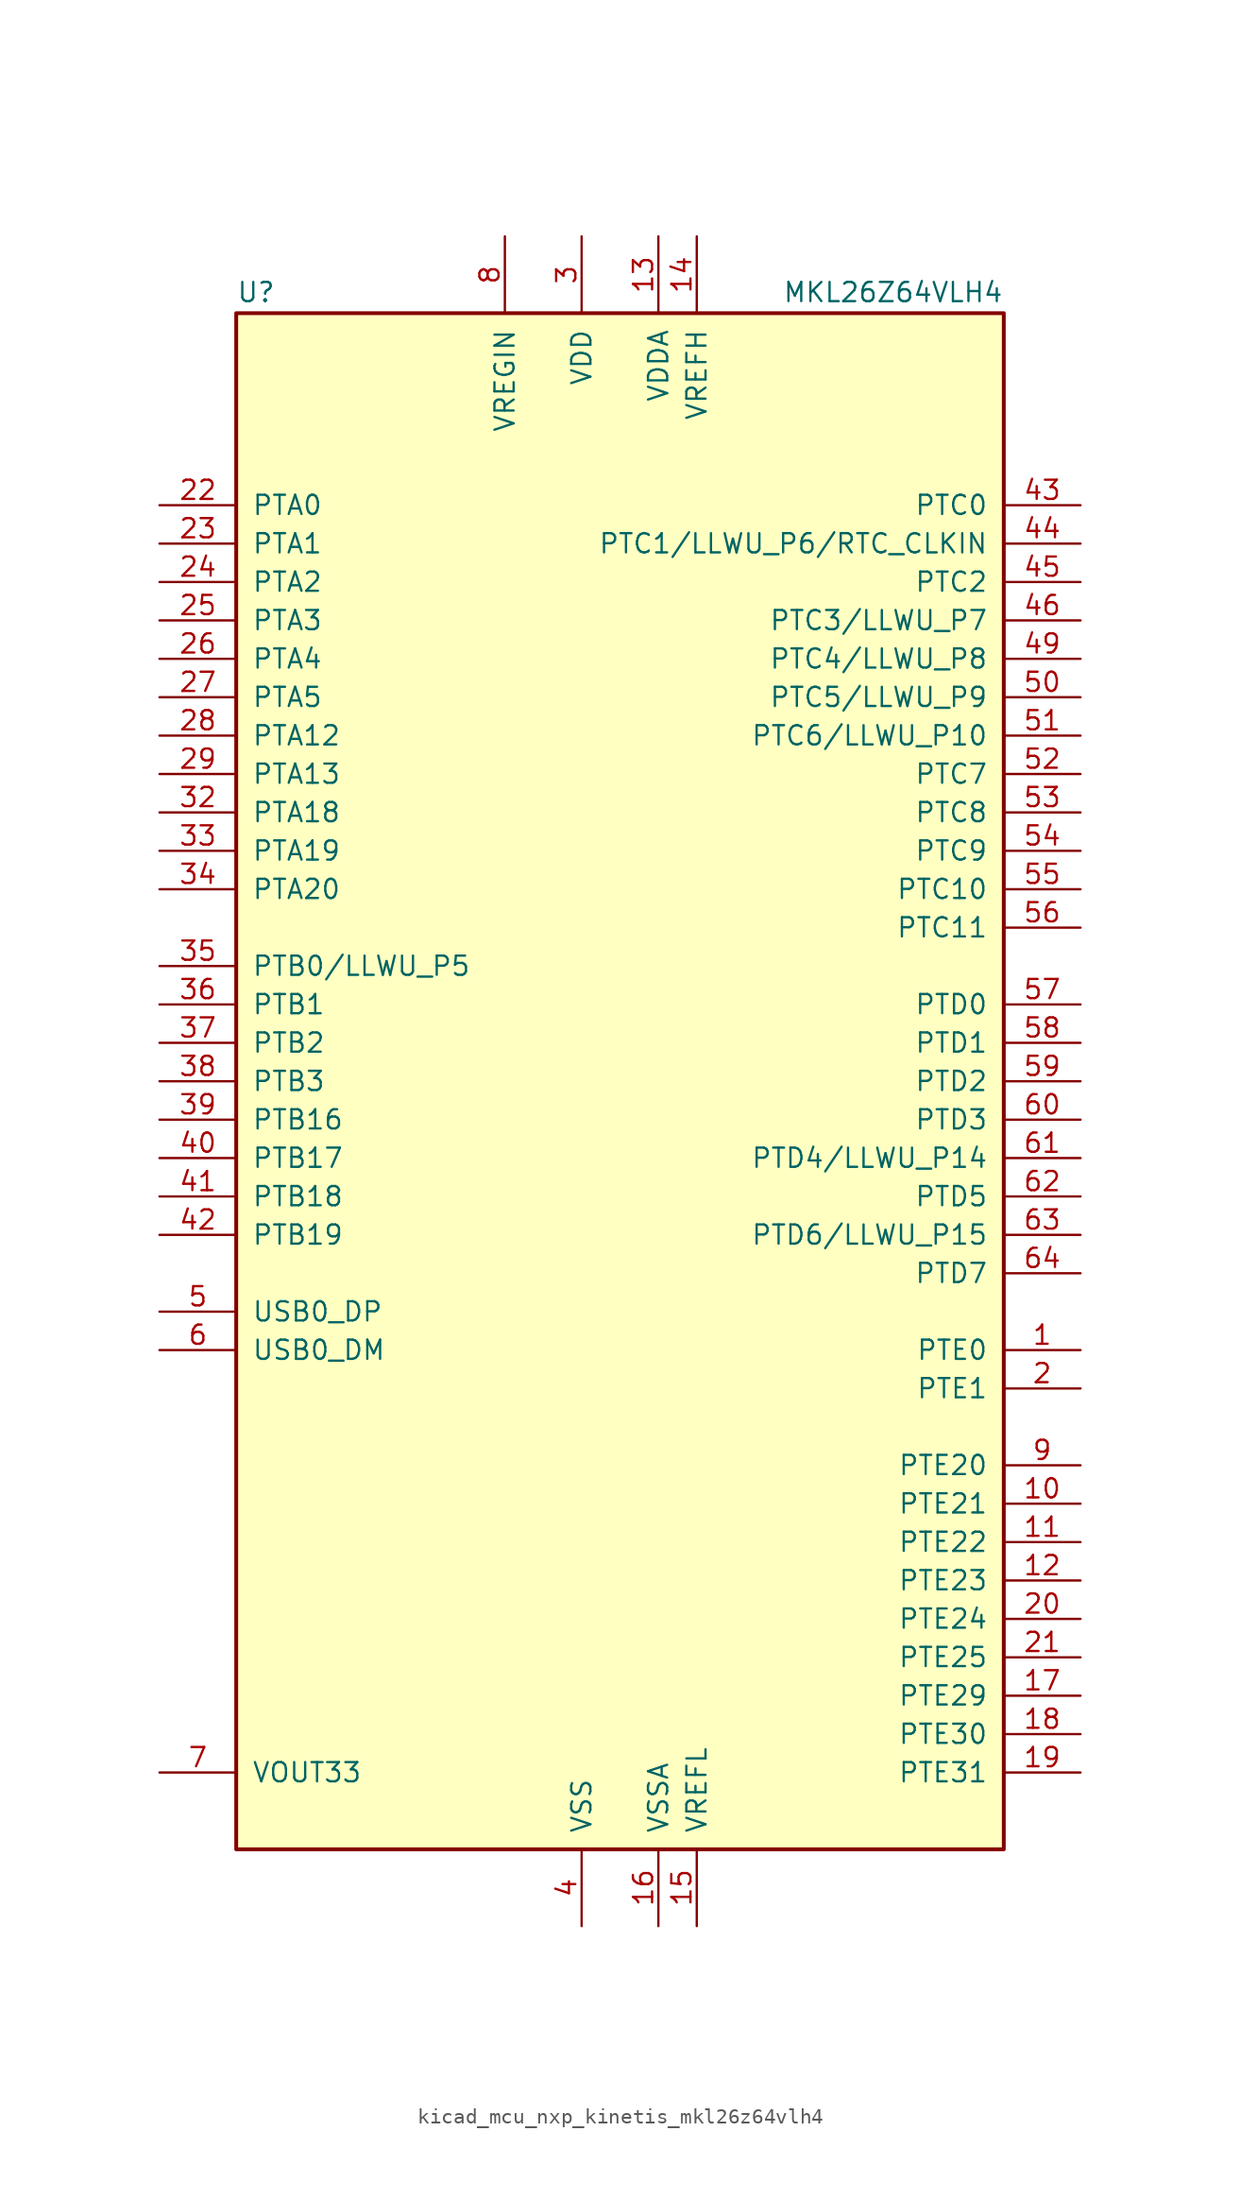
<source format=kicad_sym>
(kicad_symbol_lib
  (version 20220914)
  (generator kicad_symbol_editor)
  (symbol "kicad_mcu_nxp_kinetis_mkl26z64vlh4"
    (pin_names
      (offset 1.016))
    (property "Reference" "U"
      (at -25.4 51.435 0)
      (effects (font (size 1.27 1.27)) (justify left bottom)))
    (property "Value" "MKL26Z64VLH4"
      (at 25.4 51.435 0)
      (effects (font (size 1.27 1.27)) (justify right bottom)))
    (symbol "kicad_mcu_nxp_kinetis_mkl26z64vlh4_0_1"
      (rectangle (start -25.4 50.8) (end 25.4 -50.8) (stroke (width 0.254) (type default)) (fill (type background))))
    (symbol "kicad_mcu_nxp_kinetis_mkl26z64vlh4_1_1"
      (pin bidirectional line (at 30.48 -17.78 180) (length 5.08) (name "PTE0" (effects (font (size 1.27 1.27)))) (number "1" (effects (font (size 1.27 1.27)))))
      (pin bidirectional line (at 30.48 -27.94 180) (length 5.08) (name "PTE21" (effects (font (size 1.27 1.27)))) (number "10" (effects (font (size 1.27 1.27)))))
      (pin bidirectional line (at 30.48 -30.48 180) (length 5.08) (name "PTE22" (effects (font (size 1.27 1.27)))) (number "11" (effects (font (size 1.27 1.27)))))
      (pin bidirectional line (at 30.48 -33.02 180) (length 5.08) (name "PTE23" (effects (font (size 1.27 1.27)))) (number "12" (effects (font (size 1.27 1.27)))))
      (pin power_in line (at 2.54 55.88 270) (length 5.08) (name "VDDA" (effects (font (size 1.27 1.27)))) (number "13" (effects (font (size 1.27 1.27)))))
      (pin power_in line (at 5.08 55.88 270) (length 5.08) (name "VREFH" (effects (font (size 1.27 1.27)))) (number "14" (effects (font (size 1.27 1.27)))))
      (pin power_in line (at 5.08 -55.88 90) (length 5.08) (name "VREFL" (effects (font (size 1.27 1.27)))) (number "15" (effects (font (size 1.27 1.27)))))
      (pin power_in line (at 2.54 -55.88 90) (length 5.08) (name "VSSA" (effects (font (size 1.27 1.27)))) (number "16" (effects (font (size 1.27 1.27)))))
      (pin bidirectional line (at 30.48 -40.64 180) (length 5.08) (name "PTE29" (effects (font (size 1.27 1.27)))) (number "17" (effects (font (size 1.27 1.27)))))
      (pin bidirectional line (at 30.48 -43.18 180) (length 5.08) (name "PTE30" (effects (font (size 1.27 1.27)))) (number "18" (effects (font (size 1.27 1.27)))))
      (pin bidirectional line (at 30.48 -45.72 180) (length 5.08) (name "PTE31" (effects (font (size 1.27 1.27)))) (number "19" (effects (font (size 1.27 1.27)))))
      (pin bidirectional line (at 30.48 -20.32 180) (length 5.08) (name "PTE1" (effects (font (size 1.27 1.27)))) (number "2" (effects (font (size 1.27 1.27)))))
      (pin bidirectional line (at 30.48 -35.56 180) (length 5.08) (name "PTE24" (effects (font (size 1.27 1.27)))) (number "20" (effects (font (size 1.27 1.27)))))
      (pin bidirectional line (at 30.48 -38.1 180) (length 5.08) (name "PTE25" (effects (font (size 1.27 1.27)))) (number "21" (effects (font (size 1.27 1.27)))))
      (pin bidirectional line (at -30.48 38.1 0) (length 5.08) (name "PTA0" (effects (font (size 1.27 1.27)))) (number "22" (effects (font (size 1.27 1.27)))))
      (pin bidirectional line (at -30.48 35.56 0) (length 5.08) (name "PTA1" (effects (font (size 1.27 1.27)))) (number "23" (effects (font (size 1.27 1.27)))))
      (pin bidirectional line (at -30.48 33.02 0) (length 5.08) (name "PTA2" (effects (font (size 1.27 1.27)))) (number "24" (effects (font (size 1.27 1.27)))))
      (pin bidirectional line (at -30.48 30.48 0) (length 5.08) (name "PTA3" (effects (font (size 1.27 1.27)))) (number "25" (effects (font (size 1.27 1.27)))))
      (pin bidirectional line (at -30.48 27.94 0) (length 5.08) (name "PTA4" (effects (font (size 1.27 1.27)))) (number "26" (effects (font (size 1.27 1.27)))))
      (pin bidirectional line (at -30.48 25.4 0) (length 5.08) (name "PTA5" (effects (font (size 1.27 1.27)))) (number "27" (effects (font (size 1.27 1.27)))))
      (pin bidirectional line (at -30.48 22.86 0) (length 5.08) (name "PTA12" (effects (font (size 1.27 1.27)))) (number "28" (effects (font (size 1.27 1.27)))))
      (pin bidirectional line (at -30.48 20.32 0) (length 5.08) (name "PTA13" (effects (font (size 1.27 1.27)))) (number "29" (effects (font (size 1.27 1.27)))))
      (pin power_in line (at -2.54 55.88 270) (length 5.08) (name "VDD" (effects (font (size 1.27 1.27)))) (number "3" (effects (font (size 1.27 1.27)))))
      (pin passive line (at -2.54 55.88 270) (length 5.08) hide (name "VDD" (effects (font (size 1.27 1.27)))) (number "30" (effects (font (size 1.27 1.27)))))
      (pin passive line (at -2.54 -55.88 90) (length 5.08) hide (name "VSS" (effects (font (size 1.27 1.27)))) (number "31" (effects (font (size 1.27 1.27)))))
      (pin bidirectional line (at -30.48 17.78 0) (length 5.08) (name "PTA18" (effects (font (size 1.27 1.27)))) (number "32" (effects (font (size 1.27 1.27)))))
      (pin bidirectional line (at -30.48 15.24 0) (length 5.08) (name "PTA19" (effects (font (size 1.27 1.27)))) (number "33" (effects (font (size 1.27 1.27)))))
      (pin bidirectional line (at -30.48 12.7 0) (length 5.08) (name "PTA20" (effects (font (size 1.27 1.27)))) (number "34" (effects (font (size 1.27 1.27)))))
      (pin bidirectional line (at -30.48 7.62 0) (length 5.08) (name "PTB0/LLWU_P5" (effects (font (size 1.27 1.27)))) (number "35" (effects (font (size 1.27 1.27)))))
      (pin bidirectional line (at -30.48 5.08 0) (length 5.08) (name "PTB1" (effects (font (size 1.27 1.27)))) (number "36" (effects (font (size 1.27 1.27)))))
      (pin bidirectional line (at -30.48 2.54 0) (length 5.08) (name "PTB2" (effects (font (size 1.27 1.27)))) (number "37" (effects (font (size 1.27 1.27)))))
      (pin bidirectional line (at -30.48 0 0) (length 5.08) (name "PTB3" (effects (font (size 1.27 1.27)))) (number "38" (effects (font (size 1.27 1.27)))))
      (pin bidirectional line (at -30.48 -2.54 0) (length 5.08) (name "PTB16" (effects (font (size 1.27 1.27)))) (number "39" (effects (font (size 1.27 1.27)))))
      (pin power_in line (at -2.54 -55.88 90) (length 5.08) (name "VSS" (effects (font (size 1.27 1.27)))) (number "4" (effects (font (size 1.27 1.27)))))
      (pin bidirectional line (at -30.48 -5.08 0) (length 5.08) (name "PTB17" (effects (font (size 1.27 1.27)))) (number "40" (effects (font (size 1.27 1.27)))))
      (pin bidirectional line (at -30.48 -7.62 0) (length 5.08) (name "PTB18" (effects (font (size 1.27 1.27)))) (number "41" (effects (font (size 1.27 1.27)))))
      (pin bidirectional line (at -30.48 -10.16 0) (length 5.08) (name "PTB19" (effects (font (size 1.27 1.27)))) (number "42" (effects (font (size 1.27 1.27)))))
      (pin bidirectional line (at 30.48 38.1 180) (length 5.08) (name "PTC0" (effects (font (size 1.27 1.27)))) (number "43" (effects (font (size 1.27 1.27)))))
      (pin bidirectional line (at 30.48 35.56 180) (length 5.08) (name "PTC1/LLWU_P6/RTC_CLKIN" (effects (font (size 1.27 1.27)))) (number "44" (effects (font (size 1.27 1.27)))))
      (pin bidirectional line (at 30.48 33.02 180) (length 5.08) (name "PTC2" (effects (font (size 1.27 1.27)))) (number "45" (effects (font (size 1.27 1.27)))))
      (pin bidirectional line (at 30.48 30.48 180) (length 5.08) (name "PTC3/LLWU_P7" (effects (font (size 1.27 1.27)))) (number "46" (effects (font (size 1.27 1.27)))))
      (pin passive line (at -2.54 -55.88 90) (length 5.08) hide (name "VSS" (effects (font (size 1.27 1.27)))) (number "47" (effects (font (size 1.27 1.27)))))
      (pin passive line (at -2.54 55.88 270) (length 5.08) hide (name "VDD" (effects (font (size 1.27 1.27)))) (number "48" (effects (font (size 1.27 1.27)))))
      (pin bidirectional line (at 30.48 27.94 180) (length 5.08) (name "PTC4/LLWU_P8" (effects (font (size 1.27 1.27)))) (number "49" (effects (font (size 1.27 1.27)))))
      (pin bidirectional line (at -30.48 -15.24 0) (length 5.08) (name "USB0_DP" (effects (font (size 1.27 1.27)))) (number "5" (effects (font (size 1.27 1.27)))))
      (pin bidirectional line (at 30.48 25.4 180) (length 5.08) (name "PTC5/LLWU_P9" (effects (font (size 1.27 1.27)))) (number "50" (effects (font (size 1.27 1.27)))))
      (pin bidirectional line (at 30.48 22.86 180) (length 5.08) (name "PTC6/LLWU_P10" (effects (font (size 1.27 1.27)))) (number "51" (effects (font (size 1.27 1.27)))))
      (pin bidirectional line (at 30.48 20.32 180) (length 5.08) (name "PTC7" (effects (font (size 1.27 1.27)))) (number "52" (effects (font (size 1.27 1.27)))))
      (pin bidirectional line (at 30.48 17.78 180) (length 5.08) (name "PTC8" (effects (font (size 1.27 1.27)))) (number "53" (effects (font (size 1.27 1.27)))))
      (pin bidirectional line (at 30.48 15.24 180) (length 5.08) (name "PTC9" (effects (font (size 1.27 1.27)))) (number "54" (effects (font (size 1.27 1.27)))))
      (pin bidirectional line (at 30.48 12.7 180) (length 5.08) (name "PTC10" (effects (font (size 1.27 1.27)))) (number "55" (effects (font (size 1.27 1.27)))))
      (pin bidirectional line (at 30.48 10.16 180) (length 5.08) (name "PTC11" (effects (font (size 1.27 1.27)))) (number "56" (effects (font (size 1.27 1.27)))))
      (pin bidirectional line (at 30.48 5.08 180) (length 5.08) (name "PTD0" (effects (font (size 1.27 1.27)))) (number "57" (effects (font (size 1.27 1.27)))))
      (pin bidirectional line (at 30.48 2.54 180) (length 5.08) (name "PTD1" (effects (font (size 1.27 1.27)))) (number "58" (effects (font (size 1.27 1.27)))))
      (pin bidirectional line (at 30.48 0 180) (length 5.08) (name "PTD2" (effects (font (size 1.27 1.27)))) (number "59" (effects (font (size 1.27 1.27)))))
      (pin bidirectional line (at -30.48 -17.78 0) (length 5.08) (name "USB0_DM" (effects (font (size 1.27 1.27)))) (number "6" (effects (font (size 1.27 1.27)))))
      (pin bidirectional line (at 30.48 -2.54 180) (length 5.08) (name "PTD3" (effects (font (size 1.27 1.27)))) (number "60" (effects (font (size 1.27 1.27)))))
      (pin bidirectional line (at 30.48 -5.08 180) (length 5.08) (name "PTD4/LLWU_P14" (effects (font (size 1.27 1.27)))) (number "61" (effects (font (size 1.27 1.27)))))
      (pin bidirectional line (at 30.48 -7.62 180) (length 5.08) (name "PTD5" (effects (font (size 1.27 1.27)))) (number "62" (effects (font (size 1.27 1.27)))))
      (pin bidirectional line (at 30.48 -10.16 180) (length 5.08) (name "PTD6/LLWU_P15" (effects (font (size 1.27 1.27)))) (number "63" (effects (font (size 1.27 1.27)))))
      (pin bidirectional line (at 30.48 -12.7 180) (length 5.08) (name "PTD7" (effects (font (size 1.27 1.27)))) (number "64" (effects (font (size 1.27 1.27)))))
      (pin power_out line (at -30.48 -45.72 0) (length 5.08) (name "VOUT33" (effects (font (size 1.27 1.27)))) (number "7" (effects (font (size 1.27 1.27)))))
      (pin power_in line (at -7.62 55.88 270) (length 5.08) (name "VREGIN" (effects (font (size 1.27 1.27)))) (number "8" (effects (font (size 1.27 1.27)))))
      (pin bidirectional line (at 30.48 -25.4 180) (length 5.08) (name "PTE20" (effects (font (size 1.27 1.27)))) (number "9" (effects (font (size 1.27 1.27))))))))
</source>
